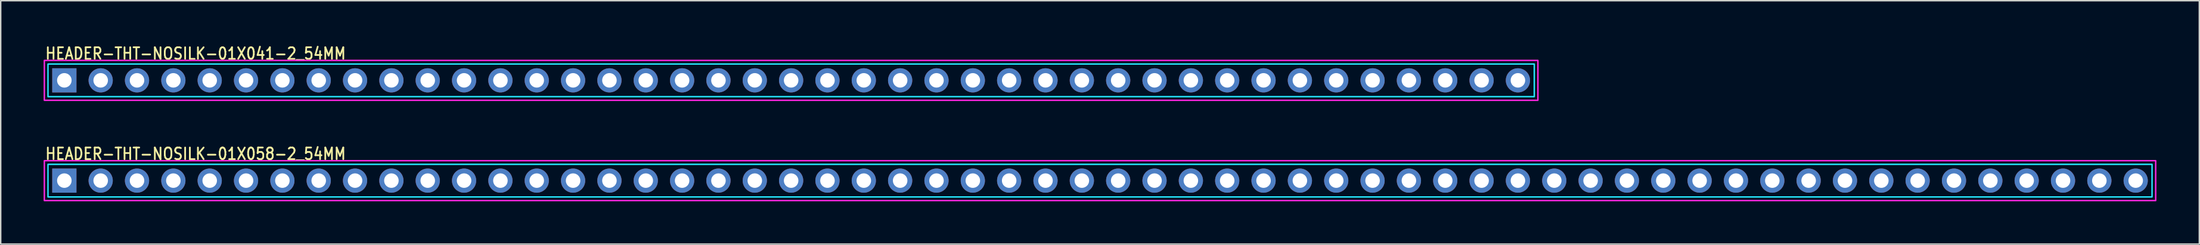
<source format=kicad_pcb>
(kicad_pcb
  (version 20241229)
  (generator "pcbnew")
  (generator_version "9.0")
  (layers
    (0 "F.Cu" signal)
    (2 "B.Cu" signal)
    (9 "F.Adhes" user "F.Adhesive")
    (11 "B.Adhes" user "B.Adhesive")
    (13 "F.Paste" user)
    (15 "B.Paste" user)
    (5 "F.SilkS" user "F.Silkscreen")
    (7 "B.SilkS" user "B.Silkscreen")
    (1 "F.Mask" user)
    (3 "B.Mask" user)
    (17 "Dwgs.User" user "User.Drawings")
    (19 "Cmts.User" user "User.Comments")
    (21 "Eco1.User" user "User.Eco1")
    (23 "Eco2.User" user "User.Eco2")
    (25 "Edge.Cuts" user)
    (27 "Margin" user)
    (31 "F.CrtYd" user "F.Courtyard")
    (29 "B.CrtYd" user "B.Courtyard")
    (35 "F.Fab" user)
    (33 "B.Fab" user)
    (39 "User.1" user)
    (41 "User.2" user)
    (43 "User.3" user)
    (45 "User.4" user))
  (footprint "HEADER-THT-NOSILK-01X041-2_54MM"
    (layer "F.Cu")
    (at 1.447 2.579)
    (property "Reference" "HEADER-THT-NOSILK-01X041-2_54MM" (at -1.4 -1.4 0) (unlocked yes) (layer "F.SilkS") (effects (font (size 0.813 0.695) (thickness 0.122)) (justify left bottom)))
    (fp_poly (pts (xy -1.143 -1.143) (xy 102.743 -1.143) (xy 102.743 1.143) (xy -1.143 1.143)) (stroke (width 0.1) (type solid)) (fill no) (layer "B.CrtYd"))
    (fp_poly (pts (xy -1.397 -1.397) (xy 102.997 -1.397) (xy 102.997 1.397) (xy -1.397 1.397)) (stroke (width 0.1) (type solid)) (fill no) (layer "F.CrtYd"))
    (pad "P$1" thru_hole rect (at 0 0) (size 1.693 1.693) (drill 1.016) (layers "*.Cu" "*.Mask"))
    (pad "P$2" thru_hole oval (at 2.54 0) (size 1.693 1.693) (drill 1.016) (layers "*.Cu" "*.Mask"))
    (pad "P$3" thru_hole oval (at 5.08 0) (size 1.693 1.693) (drill 1.016) (layers "*.Cu" "*.Mask"))
    (pad "P$4" thru_hole oval (at 7.62 0) (size 1.693 1.693) (drill 1.016) (layers "*.Cu" "*.Mask"))
    (pad "P$5" thru_hole oval (at 10.16 0) (size 1.693 1.693) (drill 1.016) (layers "*.Cu" "*.Mask"))
    (pad "P$6" thru_hole oval (at 12.7 0) (size 1.693 1.693) (drill 1.016) (layers "*.Cu" "*.Mask"))
    (pad "P$7" thru_hole oval (at 15.24 0) (size 1.693 1.693) (drill 1.016) (layers "*.Cu" "*.Mask"))
    (pad "P$8" thru_hole oval (at 17.78 0) (size 1.693 1.693) (drill 1.016) (layers "*.Cu" "*.Mask"))
    (pad "P$9" thru_hole oval (at 20.32 0) (size 1.693 1.693) (drill 1.016) (layers "*.Cu" "*.Mask"))
    (pad "P$10" thru_hole oval (at 22.86 0) (size 1.693 1.693) (drill 1.016) (layers "*.Cu" "*.Mask"))
    (pad "P$11" thru_hole oval (at 25.4 0) (size 1.693 1.693) (drill 1.016) (layers "*.Cu" "*.Mask"))
    (pad "P$12" thru_hole oval (at 27.94 0) (size 1.693 1.693) (drill 1.016) (layers "*.Cu" "*.Mask"))
    (pad "P$13" thru_hole oval (at 30.48 0) (size 1.693 1.693) (drill 1.016) (layers "*.Cu" "*.Mask"))
    (pad "P$14" thru_hole oval (at 33.02 0) (size 1.693 1.693) (drill 1.016) (layers "*.Cu" "*.Mask"))
    (pad "P$15" thru_hole oval (at 35.56 0) (size 1.693 1.693) (drill 1.016) (layers "*.Cu" "*.Mask"))
    (pad "P$16" thru_hole oval (at 38.1 0) (size 1.693 1.693) (drill 1.016) (layers "*.Cu" "*.Mask"))
    (pad "P$17" thru_hole oval (at 40.64 0) (size 1.693 1.693) (drill 1.016) (layers "*.Cu" "*.Mask"))
    (pad "P$18" thru_hole oval (at 43.18 0) (size 1.693 1.693) (drill 1.016) (layers "*.Cu" "*.Mask"))
    (pad "P$19" thru_hole oval (at 45.72 0) (size 1.693 1.693) (drill 1.016) (layers "*.Cu" "*.Mask"))
    (pad "P$20" thru_hole oval (at 48.26 0) (size 1.693 1.693) (drill 1.016) (layers "*.Cu" "*.Mask"))
    (pad "P$21" thru_hole oval (at 50.8 0) (size 1.693 1.693) (drill 1.016) (layers "*.Cu" "*.Mask"))
    (pad "P$22" thru_hole oval (at 53.34 0) (size 1.693 1.693) (drill 1.016) (layers "*.Cu" "*.Mask"))
    (pad "P$23" thru_hole oval (at 55.88 0) (size 1.693 1.693) (drill 1.016) (layers "*.Cu" "*.Mask"))
    (pad "P$24" thru_hole oval (at 58.42 0) (size 1.693 1.693) (drill 1.016) (layers "*.Cu" "*.Mask"))
    (pad "P$25" thru_hole oval (at 60.96 0) (size 1.693 1.693) (drill 1.016) (layers "*.Cu" "*.Mask"))
    (pad "P$26" thru_hole oval (at 63.5 0) (size 1.693 1.693) (drill 1.016) (layers "*.Cu" "*.Mask"))
    (pad "P$27" thru_hole oval (at 66.04 0) (size 1.693 1.693) (drill 1.016) (layers "*.Cu" "*.Mask"))
    (pad "P$28" thru_hole oval (at 68.58 0) (size 1.693 1.693) (drill 1.016) (layers "*.Cu" "*.Mask"))
    (pad "P$29" thru_hole oval (at 71.12 0) (size 1.693 1.693) (drill 1.016) (layers "*.Cu" "*.Mask"))
    (pad "P$30" thru_hole oval (at 73.66 0) (size 1.693 1.693) (drill 1.016) (layers "*.Cu" "*.Mask"))
    (pad "P$31" thru_hole oval (at 76.2 0) (size 1.693 1.693) (drill 1.016) (layers "*.Cu" "*.Mask"))
    (pad "P$32" thru_hole oval (at 78.74 0) (size 1.693 1.693) (drill 1.016) (layers "*.Cu" "*.Mask"))
    (pad "P$33" thru_hole oval (at 81.28 0) (size 1.693 1.693) (drill 1.016) (layers "*.Cu" "*.Mask"))
    (pad "P$34" thru_hole oval (at 83.82 0) (size 1.693 1.693) (drill 1.016) (layers "*.Cu" "*.Mask"))
    (pad "P$35" thru_hole oval (at 86.36 0) (size 1.693 1.693) (drill 1.016) (layers "*.Cu" "*.Mask"))
    (pad "P$36" thru_hole oval (at 88.9 0) (size 1.693 1.693) (drill 1.016) (layers "*.Cu" "*.Mask"))
    (pad "P$37" thru_hole oval (at 91.44 0) (size 1.693 1.693) (drill 1.016) (layers "*.Cu" "*.Mask"))
    (pad "P$38" thru_hole oval (at 93.98 0) (size 1.693 1.693) (drill 1.016) (layers "*.Cu" "*.Mask"))
    (pad "P$39" thru_hole oval (at 96.52 0) (size 1.693 1.693) (drill 1.016) (layers "*.Cu" "*.Mask"))
    (pad "P$40" thru_hole oval (at 99.06 0) (size 1.693 1.693) (drill 1.016) (layers "*.Cu" "*.Mask"))
    (pad "P$41" thru_hole oval (at 101.6 0) (size 1.693 1.693) (drill 1.016) (layers "*.Cu" "*.Mask")))
  (footprint "HEADER-THT-NOSILK-01X058-2_54MM"
    (layer "F.Cu")
    (at 1.447 9.604)
    (property "Reference" "HEADER-THT-NOSILK-01X058-2_54MM" (at -1.4 -1.4 0) (unlocked yes) (layer "F.SilkS") (effects (font (size 0.813 0.695) (thickness 0.122)) (justify left bottom)))
    (fp_poly (pts (xy -1.143 -1.143) (xy 145.923 -1.143) (xy 145.923 1.143) (xy -1.143 1.143)) (stroke (width 0.1) (type solid)) (fill no) (layer "B.CrtYd"))
    (fp_poly (pts (xy -1.397 -1.397) (xy 146.177 -1.397) (xy 146.177 1.397) (xy -1.397 1.397)) (stroke (width 0.1) (type solid)) (fill no) (layer "F.CrtYd"))
    (pad "P$1" thru_hole rect (at 0 0) (size 1.693 1.693) (drill 1.016) (layers "*.Cu" "*.Mask"))
    (pad "P$2" thru_hole oval (at 2.54 0) (size 1.693 1.693) (drill 1.016) (layers "*.Cu" "*.Mask"))
    (pad "P$3" thru_hole oval (at 5.08 0) (size 1.693 1.693) (drill 1.016) (layers "*.Cu" "*.Mask"))
    (pad "P$4" thru_hole oval (at 7.62 0) (size 1.693 1.693) (drill 1.016) (layers "*.Cu" "*.Mask"))
    (pad "P$5" thru_hole oval (at 10.16 0) (size 1.693 1.693) (drill 1.016) (layers "*.Cu" "*.Mask"))
    (pad "P$6" thru_hole oval (at 12.7 0) (size 1.693 1.693) (drill 1.016) (layers "*.Cu" "*.Mask"))
    (pad "P$7" thru_hole oval (at 15.24 0) (size 1.693 1.693) (drill 1.016) (layers "*.Cu" "*.Mask"))
    (pad "P$8" thru_hole oval (at 17.78 0) (size 1.693 1.693) (drill 1.016) (layers "*.Cu" "*.Mask"))
    (pad "P$9" thru_hole oval (at 20.32 0) (size 1.693 1.693) (drill 1.016) (layers "*.Cu" "*.Mask"))
    (pad "P$10" thru_hole oval (at 22.86 0) (size 1.693 1.693) (drill 1.016) (layers "*.Cu" "*.Mask"))
    (pad "P$11" thru_hole oval (at 25.4 0) (size 1.693 1.693) (drill 1.016) (layers "*.Cu" "*.Mask"))
    (pad "P$12" thru_hole oval (at 27.94 0) (size 1.693 1.693) (drill 1.016) (layers "*.Cu" "*.Mask"))
    (pad "P$13" thru_hole oval (at 30.48 0) (size 1.693 1.693) (drill 1.016) (layers "*.Cu" "*.Mask"))
    (pad "P$14" thru_hole oval (at 33.02 0) (size 1.693 1.693) (drill 1.016) (layers "*.Cu" "*.Mask"))
    (pad "P$15" thru_hole oval (at 35.56 0) (size 1.693 1.693) (drill 1.016) (layers "*.Cu" "*.Mask"))
    (pad "P$16" thru_hole oval (at 38.1 0) (size 1.693 1.693) (drill 1.016) (layers "*.Cu" "*.Mask"))
    (pad "P$17" thru_hole oval (at 40.64 0) (size 1.693 1.693) (drill 1.016) (layers "*.Cu" "*.Mask"))
    (pad "P$18" thru_hole oval (at 43.18 0) (size 1.693 1.693) (drill 1.016) (layers "*.Cu" "*.Mask"))
    (pad "P$19" thru_hole oval (at 45.72 0) (size 1.693 1.693) (drill 1.016) (layers "*.Cu" "*.Mask"))
    (pad "P$20" thru_hole oval (at 48.26 0) (size 1.693 1.693) (drill 1.016) (layers "*.Cu" "*.Mask"))
    (pad "P$21" thru_hole oval (at 50.8 0) (size 1.693 1.693) (drill 1.016) (layers "*.Cu" "*.Mask"))
    (pad "P$22" thru_hole oval (at 53.34 0) (size 1.693 1.693) (drill 1.016) (layers "*.Cu" "*.Mask"))
    (pad "P$23" thru_hole oval (at 55.88 0) (size 1.693 1.693) (drill 1.016) (layers "*.Cu" "*.Mask"))
    (pad "P$24" thru_hole oval (at 58.42 0) (size 1.693 1.693) (drill 1.016) (layers "*.Cu" "*.Mask"))
    (pad "P$25" thru_hole oval (at 60.96 0) (size 1.693 1.693) (drill 1.016) (layers "*.Cu" "*.Mask"))
    (pad "P$26" thru_hole oval (at 63.5 0) (size 1.693 1.693) (drill 1.016) (layers "*.Cu" "*.Mask"))
    (pad "P$27" thru_hole oval (at 66.04 0) (size 1.693 1.693) (drill 1.016) (layers "*.Cu" "*.Mask"))
    (pad "P$28" thru_hole oval (at 68.58 0) (size 1.693 1.693) (drill 1.016) (layers "*.Cu" "*.Mask"))
    (pad "P$29" thru_hole oval (at 71.12 0) (size 1.693 1.693) (drill 1.016) (layers "*.Cu" "*.Mask"))
    (pad "P$30" thru_hole oval (at 73.66 0) (size 1.693 1.693) (drill 1.016) (layers "*.Cu" "*.Mask"))
    (pad "P$31" thru_hole oval (at 76.2 0) (size 1.693 1.693) (drill 1.016) (layers "*.Cu" "*.Mask"))
    (pad "P$32" thru_hole oval (at 78.74 0) (size 1.693 1.693) (drill 1.016) (layers "*.Cu" "*.Mask"))
    (pad "P$33" thru_hole oval (at 81.28 0) (size 1.693 1.693) (drill 1.016) (layers "*.Cu" "*.Mask"))
    (pad "P$34" thru_hole oval (at 83.82 0) (size 1.693 1.693) (drill 1.016) (layers "*.Cu" "*.Mask"))
    (pad "P$35" thru_hole oval (at 86.36 0) (size 1.693 1.693) (drill 1.016) (layers "*.Cu" "*.Mask"))
    (pad "P$36" thru_hole oval (at 88.9 0) (size 1.693 1.693) (drill 1.016) (layers "*.Cu" "*.Mask"))
    (pad "P$37" thru_hole oval (at 91.44 0) (size 1.693 1.693) (drill 1.016) (layers "*.Cu" "*.Mask"))
    (pad "P$38" thru_hole oval (at 93.98 0) (size 1.693 1.693) (drill 1.016) (layers "*.Cu" "*.Mask"))
    (pad "P$39" thru_hole oval (at 96.52 0) (size 1.693 1.693) (drill 1.016) (layers "*.Cu" "*.Mask"))
    (pad "P$40" thru_hole oval (at 99.06 0) (size 1.693 1.693) (drill 1.016) (layers "*.Cu" "*.Mask"))
    (pad "P$41" thru_hole oval (at 101.6 0) (size 1.693 1.693) (drill 1.016) (layers "*.Cu" "*.Mask"))
    (pad "P$42" thru_hole oval (at 104.14 0) (size 1.693 1.693) (drill 1.016) (layers "*.Cu" "*.Mask"))
    (pad "P$43" thru_hole oval (at 106.68 0) (size 1.693 1.693) (drill 1.016) (layers "*.Cu" "*.Mask"))
    (pad "P$44" thru_hole oval (at 109.22 0) (size 1.693 1.693) (drill 1.016) (layers "*.Cu" "*.Mask"))
    (pad "P$45" thru_hole oval (at 111.76 0) (size 1.693 1.693) (drill 1.016) (layers "*.Cu" "*.Mask"))
    (pad "P$46" thru_hole oval (at 114.3 0) (size 1.693 1.693) (drill 1.016) (layers "*.Cu" "*.Mask"))
    (pad "P$47" thru_hole oval (at 116.84 0) (size 1.693 1.693) (drill 1.016) (layers "*.Cu" "*.Mask"))
    (pad "P$48" thru_hole oval (at 119.38 0) (size 1.693 1.693) (drill 1.016) (layers "*.Cu" "*.Mask"))
    (pad "P$49" thru_hole oval (at 121.92 0) (size 1.693 1.693) (drill 1.016) (layers "*.Cu" "*.Mask"))
    (pad "P$50" thru_hole oval (at 124.46 0) (size 1.693 1.693) (drill 1.016) (layers "*.Cu" "*.Mask"))
    (pad "P$51" thru_hole oval (at 127 0) (size 1.693 1.693) (drill 1.016) (layers "*.Cu" "*.Mask"))
    (pad "P$52" thru_hole oval (at 129.54 0) (size 1.693 1.693) (drill 1.016) (layers "*.Cu" "*.Mask"))
    (pad "P$53" thru_hole oval (at 132.08 0) (size 1.693 1.693) (drill 1.016) (layers "*.Cu" "*.Mask"))
    (pad "P$54" thru_hole oval (at 134.62 0) (size 1.693 1.693) (drill 1.016) (layers "*.Cu" "*.Mask"))
    (pad "P$55" thru_hole oval (at 137.16 0) (size 1.693 1.693) (drill 1.016) (layers "*.Cu" "*.Mask"))
    (pad "P$56" thru_hole oval (at 139.7 0) (size 1.693 1.693) (drill 1.016) (layers "*.Cu" "*.Mask"))
    (pad "P$57" thru_hole oval (at 142.24 0) (size 1.693 1.693) (drill 1.016) (layers "*.Cu" "*.Mask"))
    (pad "P$58" thru_hole oval (at 144.78 0) (size 1.693 1.693) (drill 1.016) (layers "*.Cu" "*.Mask")))
  (gr_rect
    (start -3 -3)
    (end 150.674 14.051)
    (stroke (width 0.1) (type default))
    (fill no)
    (layer "Edge.Cuts")))
</source>
